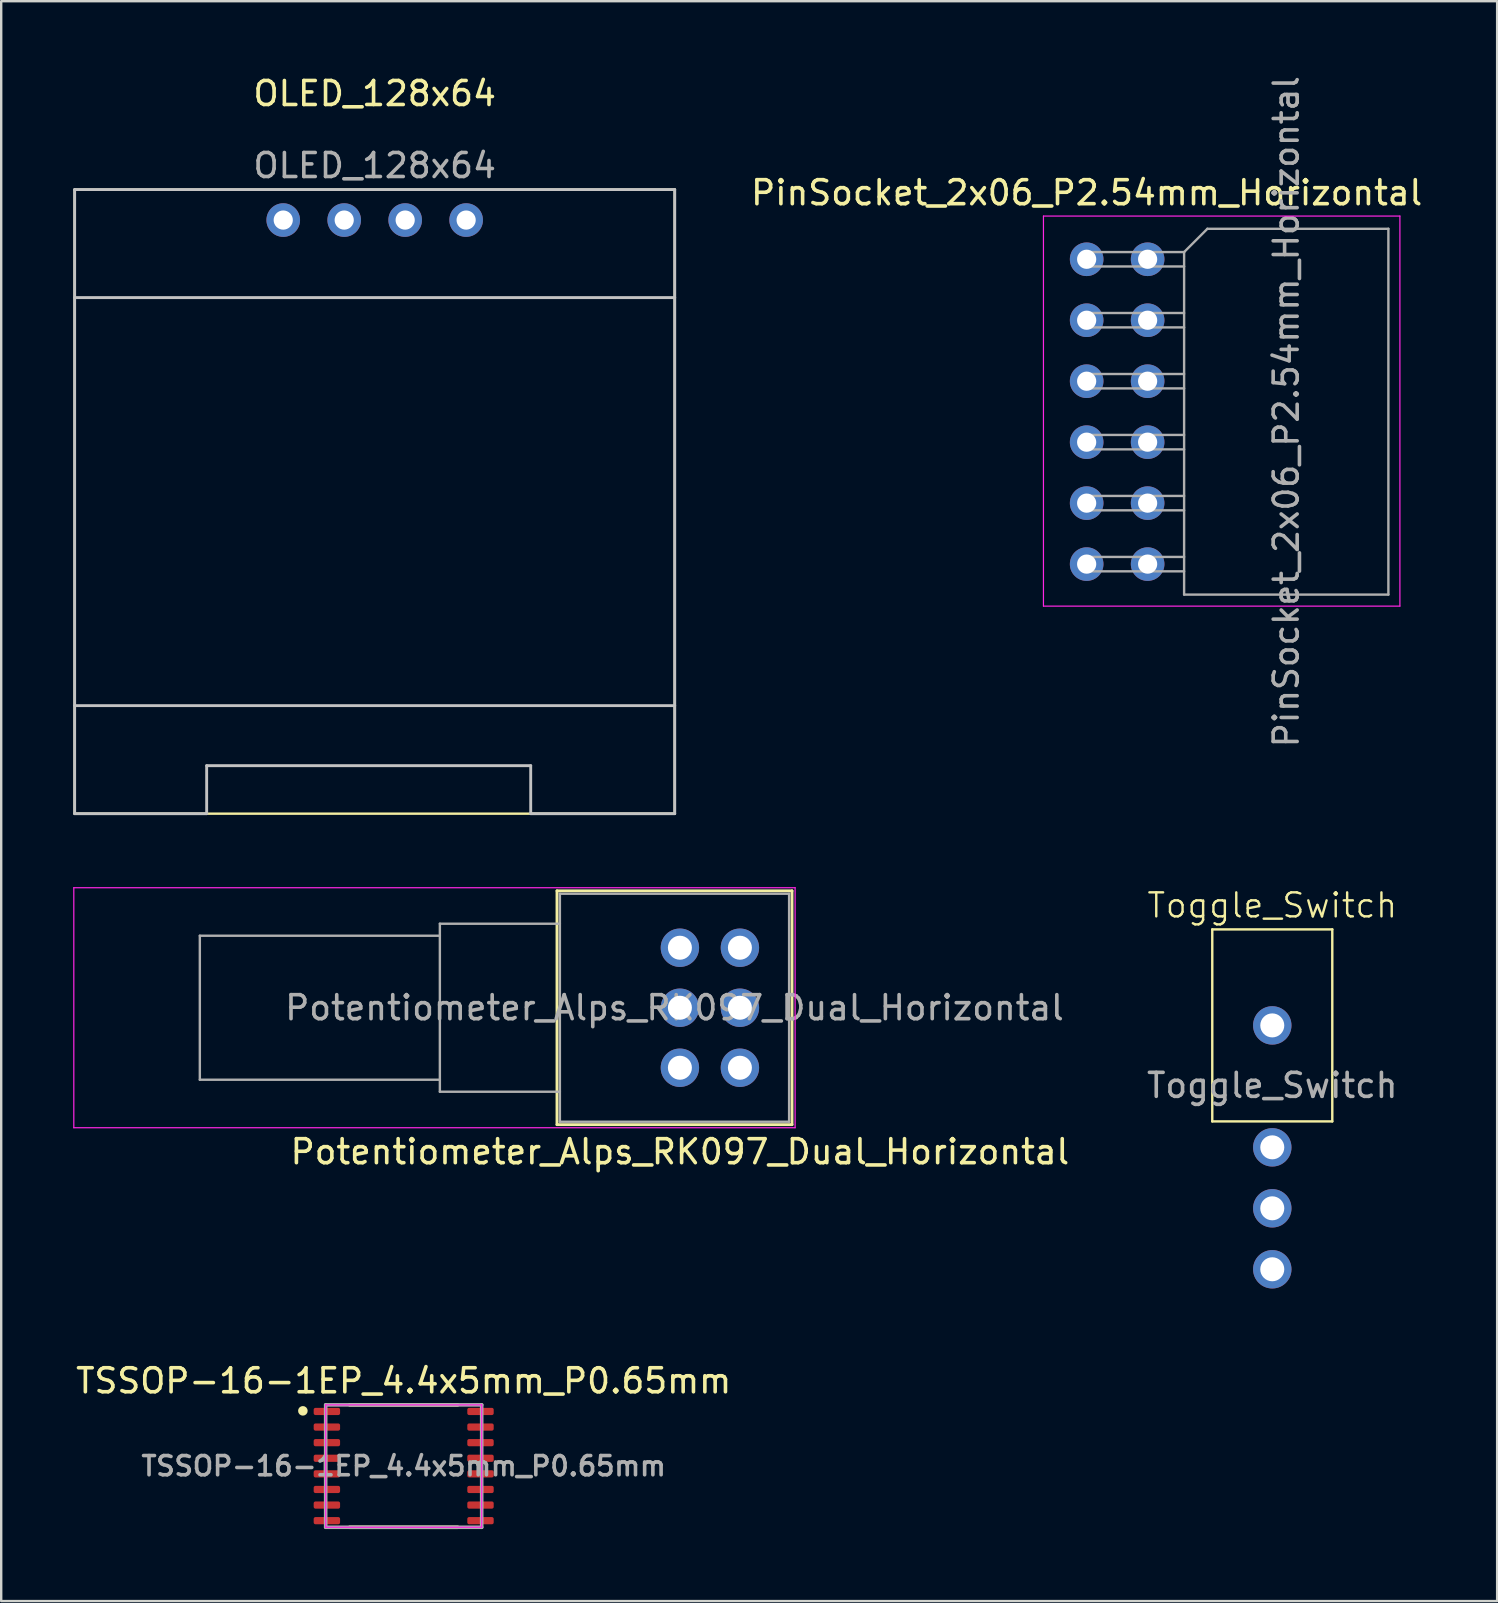
<source format=kicad_pcb>
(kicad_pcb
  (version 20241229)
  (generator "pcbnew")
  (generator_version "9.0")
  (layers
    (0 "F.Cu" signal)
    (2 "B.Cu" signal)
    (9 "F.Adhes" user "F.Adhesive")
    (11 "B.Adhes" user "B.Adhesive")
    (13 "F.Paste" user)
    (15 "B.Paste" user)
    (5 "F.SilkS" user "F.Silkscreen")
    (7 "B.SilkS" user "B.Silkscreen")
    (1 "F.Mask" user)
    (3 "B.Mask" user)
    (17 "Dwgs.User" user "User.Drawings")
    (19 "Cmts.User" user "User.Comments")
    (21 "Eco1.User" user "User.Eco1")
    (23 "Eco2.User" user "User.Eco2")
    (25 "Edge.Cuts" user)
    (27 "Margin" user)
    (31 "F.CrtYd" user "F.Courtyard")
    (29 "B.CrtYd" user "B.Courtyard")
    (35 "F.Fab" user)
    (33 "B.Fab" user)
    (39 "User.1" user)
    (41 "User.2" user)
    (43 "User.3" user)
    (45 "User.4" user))
  (footprint "Toggle_Switch"
    (layer "F.Cu")
    (at 49.954 39.669)
    (property "Reference" "Toggle_Switch" (at 0 -5 0) (unlocked yes) (layer "F.SilkS") (effects (font (size 1 1) (thickness 0.1))))
    (attr through_hole)
    (fp_line (start -2.5 -4) (end 2.5 -4) (stroke (width 0.1) (type default)) (layer "F.SilkS"))
    (fp_line (start -2.5 4) (end -2.5 -4) (stroke (width 0.1) (type default)) (layer "F.SilkS"))
    (fp_line (start 2.5 -4) (end 2.5 4) (stroke (width 0.1) (type default)) (layer "F.SilkS"))
    (fp_line (start 2.5 4) (end -2.5 4) (stroke (width 0.1) (type default)) (layer "F.SilkS"))
    (fp_text user "${REFERENCE}" (at 0 2.5 0) (unlocked yes) (layer "F.Fab") (effects (font (size 1 1) (thickness 0.15))))
    (pad "" thru_hole circle (at 0 0 180) (size 1.6 1.6) (drill 1) (layers "*.Cu" "*.Mask"))
    (pad "1" thru_hole circle (at 0 5.08 180) (size 1.6 1.6) (drill 1) (layers "*.Cu" "*.Mask"))
    (pad "2" thru_hole circle (at 0 7.62 180) (size 1.6 1.6) (drill 1) (layers "*.Cu" "*.Mask"))
    (pad "3" thru_hole circle (at 0 10.16 180) (size 1.6 1.6) (drill 1) (layers "*.Cu" "*.Mask")))
  (footprint "OLED_128x64"
    (layer "F.Cu")
    (at 12.56 4.848)
    (property "Reference" "OLED_128x64" (at 0 -4 0) (unlocked yes) (layer "F.SilkS") (effects (font (size 1 1) (thickness 0.15))))
    (attr through_hole)
    (fp_line (start -12.5 0) (end 12.5 0) (stroke (width 0.1) (type default)) (layer "F.SilkS"))
    (fp_line (start -12.5 26) (end -12.5 0) (stroke (width 0.1) (type default)) (layer "F.SilkS"))
    (fp_line (start 12.5 0) (end 12.5 26) (stroke (width 0.1) (type default)) (layer "F.SilkS"))
    (fp_line (start 12.5 26) (end -12.5 26) (stroke (width 0.1) (type default)) (layer "F.SilkS"))
    (fp_line (start -12.5 0) (end -12.5 26) (stroke (width 0.12) (type solid)) (layer "Dwgs.User"))
    (fp_line (start -12.5 0) (end 12.5 0) (stroke (width 0.12) (type solid)) (layer "Dwgs.User"))
    (fp_line (start -12.5 4.5) (end 12.5 4.5) (stroke (width 0.12) (type solid)) (layer "Dwgs.User"))
    (fp_line (start -12.5 21.5) (end 12.5 21.5) (stroke (width 0.12) (type solid)) (layer "Dwgs.User"))
    (fp_line (start -12.5 26) (end -7 26) (stroke (width 0.12) (type solid)) (layer "Dwgs.User"))
    (fp_line (start -7 26) (end -7 24) (stroke (width 0.12) (type solid)) (layer "Dwgs.User"))
    (fp_line (start 6.5 24) (end -7 24) (stroke (width 0.12) (type solid)) (layer "Dwgs.User"))
    (fp_line (start 6.5 26) (end 6.5 24) (stroke (width 0.12) (type solid)) (layer "Dwgs.User"))
    (fp_line (start 12.5 0) (end 12.5 26) (stroke (width 0.12) (type solid)) (layer "Dwgs.User"))
    (fp_line (start 12.5 26) (end 6.5 26) (stroke (width 0.12) (type solid)) (layer "Dwgs.User"))
    (fp_text user "${REFERENCE}" (at 0 -1 0) (unlocked yes) (layer "F.Fab") (effects (font (size 1 1) (thickness 0.15))))
    (pad "1" thru_hole circle (at -3.81 1.27) (size 1.4 1.4) (drill 0.8) (layers "*.Cu" "*.Mask"))
    (pad "2" thru_hole circle (at -1.27 1.27) (size 1.4 1.4) (drill 0.8) (layers "*.Cu" "*.Mask"))
    (pad "3" thru_hole circle (at 1.27 1.27) (size 1.4 1.4) (drill 0.8) (layers "*.Cu" "*.Mask"))
    (pad "4" thru_hole circle (at 3.81 1.27) (size 1.4 1.4) (drill 0.8) (layers "*.Cu" "*.Mask")))
  (footprint "Potentiometer_Alps_RK097_Dual_Horizontal"
    (layer "F.Cu")
    (at 25.275 36.433)
    (property "Reference" "Potentiometer_Alps_RK097_Dual_Horizontal" (at 0 8.5 180) (layer "F.SilkS") (effects (font (size 1 1) (thickness 0.15))))
    (attr through_hole)
    (fp_line (start -5.12 7.37) (end -5.12 -2.37) (stroke (width 0.12) (type solid)) (layer "F.SilkS"))
    (fp_line (start 4.671 -2.37) (end -5.12 -2.37) (stroke (width 0.12) (type solid)) (layer "F.SilkS"))
    (fp_line (start 4.671 7.37) (end -5.12 7.37) (stroke (width 0.12) (type solid)) (layer "F.SilkS"))
    (fp_line (start 4.671 7.37) (end 4.671 -2.37) (stroke (width 0.12) (type solid)) (layer "F.SilkS"))
    (fp_line (start -25.25 -2.5) (end -25.25 7.5) (stroke (width 0.05) (type solid)) (layer "F.CrtYd"))
    (fp_line (start -25.25 7.5) (end 4.8 7.5) (stroke (width 0.05) (type solid)) (layer "F.CrtYd"))
    (fp_line (start 4.8 -2.5) (end -25.25 -2.5) (stroke (width 0.05) (type solid)) (layer "F.CrtYd"))
    (fp_line (start 4.8 7.5) (end 4.8 -2.5) (stroke (width 0.05) (type solid)) (layer "F.CrtYd"))
    (fp_line (start -20 -0.5) (end -20 5.5) (stroke (width 0.1) (type solid)) (layer "F.Fab"))
    (fp_line (start -20 5.5) (end -10 5.5) (stroke (width 0.1) (type solid)) (layer "F.Fab"))
    (fp_line (start -10 -1) (end -10 6) (stroke (width 0.1) (type solid)) (layer "F.Fab"))
    (fp_line (start -10 -0.5) (end -20 -0.5) (stroke (width 0.1) (type solid)) (layer "F.Fab"))
    (fp_line (start -10 6) (end -5 6) (stroke (width 0.1) (type solid)) (layer "F.Fab"))
    (fp_line (start -5 -2.25) (end -5 7.25) (stroke (width 0.1) (type solid)) (layer "F.Fab"))
    (fp_line (start -5 -1) (end -10 -1) (stroke (width 0.1) (type solid)) (layer "F.Fab"))
    (fp_line (start -5 7.25) (end 4.55 7.25) (stroke (width 0.1) (type solid)) (layer "F.Fab"))
    (fp_line (start 4.55 -2.25) (end -5 -2.25) (stroke (width 0.1) (type solid)) (layer "F.Fab"))
    (fp_line (start 4.55 7.25) (end 4.55 -2.25) (stroke (width 0.1) (type solid)) (layer "F.Fab"))
    (fp_text user "${REFERENCE}" (at -0.225 2.5 180) (layer "F.Fab") (effects (font (size 1 1) (thickness 0.15))))
    (pad "" thru_hole circle (at 0 0 180) (size 1.6 1.6) (drill 1) (layers "*.Cu" "*.Mask"))
    (pad "" thru_hole circle (at 0 2.5 180) (size 1.6 1.6) (drill 1) (layers "*.Cu" "*.Mask"))
    (pad "" thru_hole circle (at 0 5 180) (size 1.6 1.6) (drill 1) (layers "*.Cu" "*.Mask"))
    (pad "1" thru_hole circle (at 2.5 0 180) (size 1.6 1.6) (drill 1) (layers "*.Cu" "*.Mask"))
    (pad "2" thru_hole circle (at 2.5 2.5 180) (size 1.6 1.6) (drill 1) (layers "*.Cu" "*.Mask"))
    (pad "3" thru_hole circle (at 2.5 5 180) (size 1.6 1.6) (drill 1) (layers "*.Cu" "*.Mask")))
  (footprint "TSSOP-16-1EP_4.4x5mm_P0.65mm"
    (layer "F.Cu")
    (at 13.768 58.027)
    (property "Reference" "TSSOP-16-1EP_4.4x5mm_P0.65mm" (at 0 -3.55 0) (layer "F.SilkS") (effects (font (size 1 1) (thickness 0.15))))
    (attr smd)
    (fp_line (start -2.25 -2.55) (end 2.25 -2.55) (stroke (width 0.15) (type solid)) (layer "F.SilkS"))
    (fp_line (start -2.25 2.55) (end 2.25 2.55) (stroke (width 0.15) (type solid)) (layer "F.SilkS"))
    (fp_circle (center -4.2 -2.3) (end -4.1 -2.3) (stroke (width 0.2) (type solid)) (fill no) (layer "F.SilkS"))
    (fp_line (start -3.25 -2.55) (end -3.25 2.55) (stroke (width 0.05) (type solid)) (layer "F.CrtYd"))
    (fp_line (start -3.25 -2.55) (end 3.25 -2.55) (stroke (width 0.05) (type solid)) (layer "F.CrtYd"))
    (fp_line (start -3.25 2.55) (end 3.25 2.55) (stroke (width 0.05) (type solid)) (layer "F.CrtYd"))
    (fp_line (start 3.25 -2.55) (end 3.25 2.55) (stroke (width 0.05) (type solid)) (layer "F.CrtYd"))
    (fp_line (start -3.25 -2.55) (end 3.25 -2.55) (stroke (width 0.15) (type solid)) (layer "F.Fab"))
    (fp_line (start -3.25 2.55) (end -3.25 -2.55) (stroke (width 0.15) (type solid)) (layer "F.Fab"))
    (fp_line (start 3.25 -2.55) (end 3.25 2.55) (stroke (width 0.15) (type solid)) (layer "F.Fab"))
    (fp_line (start 3.25 2.55) (end -3.25 2.55) (stroke (width 0.15) (type solid)) (layer "F.Fab"))
    (fp_text user "${REFERENCE}" (at 0 0 0) (layer "F.Fab") (effects (font (size 0.8 0.8) (thickness 0.15))))
    (pad "1" smd roundrect (at -3.2 -2.275) (size 1.1 0.3) (layers "F.Cu" "F.Mask" "F.Paste") (roundrect_rratio 0.25))
    (pad "2" smd roundrect (at -3.2 -1.625) (size 1.1 0.3) (layers "F.Cu" "F.Mask" "F.Paste") (roundrect_rratio 0.25))
    (pad "3" smd roundrect (at -3.2 -0.975) (size 1.1 0.3) (layers "F.Cu" "F.Mask" "F.Paste") (roundrect_rratio 0.25))
    (pad "4" smd roundrect (at -3.2 -0.325) (size 1.1 0.3) (layers "F.Cu" "F.Mask" "F.Paste") (roundrect_rratio 0.25))
    (pad "5" smd roundrect (at -3.2 0.325) (size 1.1 0.3) (layers "F.Cu" "F.Mask" "F.Paste") (roundrect_rratio 0.25))
    (pad "6" smd roundrect (at -3.2 0.975) (size 1.1 0.3) (layers "F.Cu" "F.Mask" "F.Paste") (roundrect_rratio 0.25))
    (pad "7" smd roundrect (at -3.2 1.625) (size 1.1 0.3) (layers "F.Cu" "F.Mask" "F.Paste") (roundrect_rratio 0.25))
    (pad "8" smd roundrect (at -3.2 2.275) (size 1.1 0.3) (layers "F.Cu" "F.Mask" "F.Paste") (roundrect_rratio 0.25))
    (pad "9" smd roundrect (at 3.2 2.275) (size 1.1 0.3) (layers "F.Cu" "F.Mask" "F.Paste") (roundrect_rratio 0.25))
    (pad "10" smd roundrect (at 3.2 1.625) (size 1.1 0.3) (layers "F.Cu" "F.Mask" "F.Paste") (roundrect_rratio 0.25))
    (pad "11" smd roundrect (at 3.2 0.975) (size 1.1 0.3) (layers "F.Cu" "F.Mask" "F.Paste") (roundrect_rratio 0.25))
    (pad "12" smd roundrect (at 3.2 0.325) (size 1.1 0.3) (layers "F.Cu" "F.Mask" "F.Paste") (roundrect_rratio 0.25))
    (pad "13" smd roundrect (at 3.2 -0.325) (size 1.1 0.3) (layers "F.Cu" "F.Mask" "F.Paste") (roundrect_rratio 0.25))
    (pad "14" smd roundrect (at 3.2 -0.975) (size 1.1 0.3) (layers "F.Cu" "F.Mask" "F.Paste") (roundrect_rratio 0.25))
    (pad "15" smd roundrect (at 3.2 -1.625) (size 1.1 0.3) (layers "F.Cu" "F.Mask" "F.Paste") (roundrect_rratio 0.25))
    (pad "16" smd roundrect (at 3.2 -2.275) (size 1.1 0.3) (layers "F.Cu" "F.Mask" "F.Paste") (roundrect_rratio 0.25)))
  (footprint "PinSocket_2x06_P2.54mm_Horizontal"
    (layer "F.Cu")
    (at 42.221 7.751)
    (property "Reference" "PinSocket_2x06_P2.54mm_Horizontal" (at 0 -2.77 0) (layer "F.SilkS") (effects (font (size 1 1) (thickness 0.15))))
    (attr through_hole)
    (fp_line (start -1.8 -1.8) (end 13.05 -1.8) (stroke (width 0.05) (type solid)) (layer "F.CrtYd"))
    (fp_line (start -1.8 14.45) (end -1.8 -1.8) (stroke (width 0.05) (type solid)) (layer "F.CrtYd"))
    (fp_line (start 13.05 -1.8) (end 13.05 14.45) (stroke (width 0.05) (type solid)) (layer "F.CrtYd"))
    (fp_line (start 13.05 14.45) (end -1.8 14.45) (stroke (width 0.05) (type solid)) (layer "F.CrtYd"))
    (fp_line (start 0 -0.3) (end 4.06 -0.3) (stroke (width 0.1) (type solid)) (layer "F.Fab"))
    (fp_line (start 0 0.3) (end 0 -0.3) (stroke (width 0.1) (type solid)) (layer "F.Fab"))
    (fp_line (start 0 2.24) (end 4.06 2.24) (stroke (width 0.1) (type solid)) (layer "F.Fab"))
    (fp_line (start 0 2.84) (end 0 2.24) (stroke (width 0.1) (type solid)) (layer "F.Fab"))
    (fp_line (start 0 4.78) (end 4.06 4.78) (stroke (width 0.1) (type solid)) (layer "F.Fab"))
    (fp_line (start 0 5.38) (end 0 4.78) (stroke (width 0.1) (type solid)) (layer "F.Fab"))
    (fp_line (start 0 7.32) (end 4.06 7.32) (stroke (width 0.1) (type solid)) (layer "F.Fab"))
    (fp_line (start 0 7.92) (end 0 7.32) (stroke (width 0.1) (type solid)) (layer "F.Fab"))
    (fp_line (start 0 9.86) (end 4.06 9.86) (stroke (width 0.1) (type solid)) (layer "F.Fab"))
    (fp_line (start 0 10.46) (end 0 9.86) (stroke (width 0.1) (type solid)) (layer "F.Fab"))
    (fp_line (start 0 12.4) (end 4.06 12.4) (stroke (width 0.1) (type solid)) (layer "F.Fab"))
    (fp_line (start 0 13) (end 0 12.4) (stroke (width 0.1) (type solid)) (layer "F.Fab"))
    (fp_line (start 4.06 -0.3) (end 4.06 13.97) (stroke (width 0.1) (type solid)) (layer "F.Fab"))
    (fp_line (start 4.06 0.3) (end 0 0.3) (stroke (width 0.1) (type solid)) (layer "F.Fab"))
    (fp_line (start 4.06 2.84) (end 0 2.84) (stroke (width 0.1) (type solid)) (layer "F.Fab"))
    (fp_line (start 4.06 5.38) (end 0 5.38) (stroke (width 0.1) (type solid)) (layer "F.Fab"))
    (fp_line (start 4.06 7.92) (end 0 7.92) (stroke (width 0.1) (type solid)) (layer "F.Fab"))
    (fp_line (start 4.06 10.46) (end 0 10.46) (stroke (width 0.1) (type solid)) (layer "F.Fab"))
    (fp_line (start 4.06 13) (end 0 13) (stroke (width 0.1) (type solid)) (layer "F.Fab"))
    (fp_line (start 4.06 13.97) (end 12.57 13.97) (stroke (width 0.1) (type solid)) (layer "F.Fab"))
    (fp_line (start 5.03 -1.27) (end 4.06 -0.3) (stroke (width 0.1) (type solid)) (layer "F.Fab"))
    (fp_line (start 12.57 -1.27) (end 5.03 -1.27) (stroke (width 0.1) (type solid)) (layer "F.Fab"))
    (fp_line (start 12.57 13.97) (end 12.57 -1.27) (stroke (width 0.1) (type solid)) (layer "F.Fab"))
    (fp_text user "${REFERENCE}" (at 8.315 6.35 90) (layer "F.Fab") (effects (font (size 1 1) (thickness 0.15))))
    (pad "1" thru_hole circle (at 0 0) (size 1.4 1.4) (drill 0.8) (layers "*.Cu" "*.Mask"))
    (pad "2" thru_hole circle (at 2.54 0) (size 1.4 1.4) (drill 0.8) (layers "*.Cu" "*.Mask"))
    (pad "3" thru_hole circle (at 0 2.54) (size 1.4 1.4) (drill 0.8) (layers "*.Cu" "*.Mask"))
    (pad "4" thru_hole circle (at 2.54 2.54) (size 1.4 1.4) (drill 0.8) (layers "*.Cu" "*.Mask"))
    (pad "5" thru_hole circle (at 0 5.08) (size 1.4 1.4) (drill 0.8) (layers "*.Cu" "*.Mask"))
    (pad "6" thru_hole circle (at 2.54 5.08) (size 1.4 1.4) (drill 0.8) (layers "*.Cu" "*.Mask"))
    (pad "7" thru_hole circle (at 0 7.62) (size 1.4 1.4) (drill 0.8) (layers "*.Cu" "*.Mask"))
    (pad "8" thru_hole circle (at 2.54 7.62) (size 1.4 1.4) (drill 0.8) (layers "*.Cu" "*.Mask"))
    (pad "9" thru_hole circle (at 0 10.16) (size 1.4 1.4) (drill 0.8) (layers "*.Cu" "*.Mask"))
    (pad "10" thru_hole circle (at 2.54 10.16) (size 1.4 1.4) (drill 0.8) (layers "*.Cu" "*.Mask"))
    (pad "11" thru_hole circle (at 0 12.7) (size 1.4 1.4) (drill 0.8) (layers "*.Cu" "*.Mask"))
    (pad "12" thru_hole circle (at 2.54 12.7) (size 1.4 1.4) (drill 0.8) (layers "*.Cu" "*.Mask")))
  (gr_rect
    (start -3 -3)
    (end 59.322 63.652)
    (stroke (width 0.1) (type default))
    (fill no)
    (layer "Edge.Cuts")))
</source>
